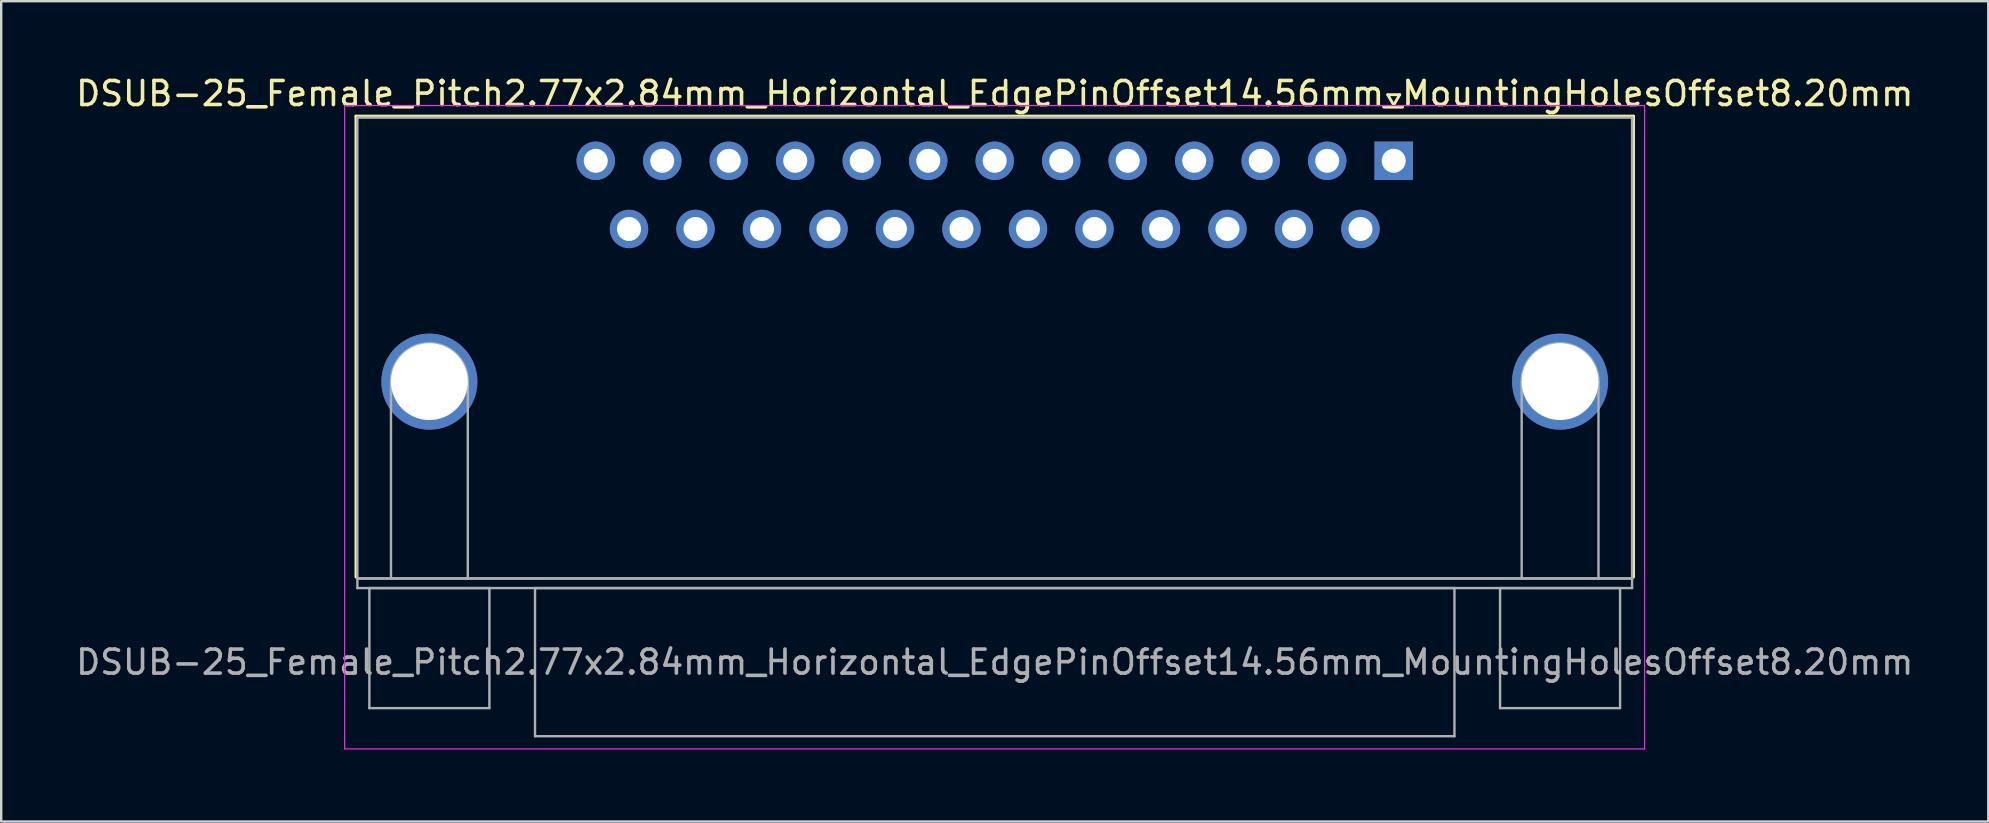
<source format=kicad_pcb>
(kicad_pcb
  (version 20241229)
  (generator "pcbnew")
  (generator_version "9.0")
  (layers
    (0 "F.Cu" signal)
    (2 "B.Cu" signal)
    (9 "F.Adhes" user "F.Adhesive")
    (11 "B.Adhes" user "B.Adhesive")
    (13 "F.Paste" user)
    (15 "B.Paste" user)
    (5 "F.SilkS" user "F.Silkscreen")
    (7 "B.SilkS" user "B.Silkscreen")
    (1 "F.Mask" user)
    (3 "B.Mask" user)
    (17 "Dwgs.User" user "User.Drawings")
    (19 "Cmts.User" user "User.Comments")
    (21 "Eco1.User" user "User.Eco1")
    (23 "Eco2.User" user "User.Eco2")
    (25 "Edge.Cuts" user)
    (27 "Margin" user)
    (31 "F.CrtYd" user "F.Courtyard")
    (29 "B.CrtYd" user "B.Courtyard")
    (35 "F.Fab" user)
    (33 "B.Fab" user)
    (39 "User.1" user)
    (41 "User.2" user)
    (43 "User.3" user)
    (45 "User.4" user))
  (footprint "DSUB-25_Female_Pitch2.77x2.84mm_Horizontal_EdgePinOffset14.56mm_MountingHolesOffset8.20mm"
    (layer "F.Cu")
    (at 55.007 3.648)
    (property "Reference" "DSUB-25_Female_Pitch2.77x2.84mm_Horizontal_EdgePinOffset14.56mm_MountingHolesOffset8.20mm" (at -16.62 -2.8 0) (layer "F.SilkS") (effects (font (size 1 1) (thickness 0.15))))
    (attr through_hole)
    (fp_line (start -43.23 -1.86) (end 9.99 -1.86) (stroke (width 0.12) (type solid)) (layer "F.SilkS"))
    (fp_line (start -43.23 17.34) (end -43.23 -1.86) (stroke (width 0.12) (type solid)) (layer "F.SilkS"))
    (fp_line (start -0.25 -2.754) (end 0.25 -2.754) (stroke (width 0.12) (type solid)) (layer "F.SilkS"))
    (fp_line (start 0 -2.321) (end -0.25 -2.754) (stroke (width 0.12) (type solid)) (layer "F.SilkS"))
    (fp_line (start 0.25 -2.754) (end 0 -2.321) (stroke (width 0.12) (type solid)) (layer "F.SilkS"))
    (fp_line (start 9.99 -1.86) (end 9.99 17.34) (stroke (width 0.12) (type solid)) (layer "F.SilkS"))
    (fp_line (start -43.7 -2.3) (end -43.7 24.5) (stroke (width 0.05) (type solid)) (layer "F.CrtYd"))
    (fp_line (start -43.7 24.5) (end 10.45 24.5) (stroke (width 0.05) (type solid)) (layer "F.CrtYd"))
    (fp_line (start 10.45 -2.3) (end -43.7 -2.3) (stroke (width 0.05) (type solid)) (layer "F.CrtYd"))
    (fp_line (start 10.45 24.5) (end 10.45 -2.3) (stroke (width 0.05) (type solid)) (layer "F.CrtYd"))
    (fp_line (start -43.17 -1.8) (end -43.17 17.4) (stroke (width 0.1) (type solid)) (layer "F.Fab"))
    (fp_line (start -43.17 17.4) (end -43.17 17.8) (stroke (width 0.1) (type solid)) (layer "F.Fab"))
    (fp_line (start -43.17 17.4) (end 9.93 17.4) (stroke (width 0.1) (type solid)) (layer "F.Fab"))
    (fp_line (start -43.17 17.8) (end 9.93 17.8) (stroke (width 0.1) (type solid)) (layer "F.Fab"))
    (fp_line (start -42.67 17.8) (end -42.67 22.8) (stroke (width 0.1) (type solid)) (layer "F.Fab"))
    (fp_line (start -42.67 22.8) (end -37.67 22.8) (stroke (width 0.1) (type solid)) (layer "F.Fab"))
    (fp_line (start -41.77 17.4) (end -41.77 9.2) (stroke (width 0.1) (type solid)) (layer "F.Fab"))
    (fp_line (start -38.57 17.4) (end -38.57 9.2) (stroke (width 0.1) (type solid)) (layer "F.Fab"))
    (fp_line (start -37.67 17.8) (end -42.67 17.8) (stroke (width 0.1) (type solid)) (layer "F.Fab"))
    (fp_line (start -37.67 22.8) (end -37.67 17.8) (stroke (width 0.1) (type solid)) (layer "F.Fab"))
    (fp_line (start -35.77 17.8) (end -35.77 23.97) (stroke (width 0.1) (type solid)) (layer "F.Fab"))
    (fp_line (start -35.77 23.97) (end 2.53 23.97) (stroke (width 0.1) (type solid)) (layer "F.Fab"))
    (fp_line (start 2.53 17.8) (end -35.77 17.8) (stroke (width 0.1) (type solid)) (layer "F.Fab"))
    (fp_line (start 2.53 23.97) (end 2.53 17.8) (stroke (width 0.1) (type solid)) (layer "F.Fab"))
    (fp_line (start 4.43 17.8) (end 4.43 22.8) (stroke (width 0.1) (type solid)) (layer "F.Fab"))
    (fp_line (start 4.43 22.8) (end 9.43 22.8) (stroke (width 0.1) (type solid)) (layer "F.Fab"))
    (fp_line (start 5.33 17.4) (end 5.33 9.2) (stroke (width 0.1) (type solid)) (layer "F.Fab"))
    (fp_line (start 8.53 17.4) (end 8.53 9.2) (stroke (width 0.1) (type solid)) (layer "F.Fab"))
    (fp_line (start 9.43 17.8) (end 4.43 17.8) (stroke (width 0.1) (type solid)) (layer "F.Fab"))
    (fp_line (start 9.43 22.8) (end 9.43 17.8) (stroke (width 0.1) (type solid)) (layer "F.Fab"))
    (fp_line (start 9.93 -1.8) (end -43.17 -1.8) (stroke (width 0.1) (type solid)) (layer "F.Fab"))
    (fp_line (start 9.93 17.4) (end -43.17 17.4) (stroke (width 0.1) (type solid)) (layer "F.Fab"))
    (fp_line (start 9.93 17.4) (end 9.93 -1.8) (stroke (width 0.1) (type solid)) (layer "F.Fab"))
    (fp_line (start 9.93 17.8) (end 9.93 17.4) (stroke (width 0.1) (type solid)) (layer "F.Fab"))
    (fp_arc (start -41.77 9.2) (mid -40.17 7.6) (end -38.57 9.2) (stroke (width 0.1) (type solid)) (layer "F.Fab"))
    (fp_arc (start 5.33 9.2) (mid 6.93 7.6) (end 8.53 9.2) (stroke (width 0.1) (type solid)) (layer "F.Fab"))
    (fp_text user "${REFERENCE}" (at -16.62 20.885 0) (layer "F.Fab") (effects (font (size 1 1) (thickness 0.15))))
    (pad "0" thru_hole circle (at -40.17 9.2) (size 4 4) (drill 3.2) (layers "*.Cu" "*.Mask"))
    (pad "0" thru_hole circle (at 6.93 9.2) (size 4 4) (drill 3.2) (layers "*.Cu" "*.Mask"))
    (pad "1" thru_hole rect (at 0 0) (size 1.6 1.6) (drill 1) (layers "*.Cu" "*.Mask"))
    (pad "2" thru_hole circle (at -2.77 0) (size 1.6 1.6) (drill 1) (layers "*.Cu" "*.Mask"))
    (pad "3" thru_hole circle (at -5.54 0) (size 1.6 1.6) (drill 1) (layers "*.Cu" "*.Mask"))
    (pad "4" thru_hole circle (at -8.31 0) (size 1.6 1.6) (drill 1) (layers "*.Cu" "*.Mask"))
    (pad "5" thru_hole circle (at -11.08 0) (size 1.6 1.6) (drill 1) (layers "*.Cu" "*.Mask"))
    (pad "6" thru_hole circle (at -13.85 0) (size 1.6 1.6) (drill 1) (layers "*.Cu" "*.Mask"))
    (pad "7" thru_hole circle (at -16.62 0) (size 1.6 1.6) (drill 1) (layers "*.Cu" "*.Mask"))
    (pad "8" thru_hole circle (at -19.39 0) (size 1.6 1.6) (drill 1) (layers "*.Cu" "*.Mask"))
    (pad "9" thru_hole circle (at -22.16 0) (size 1.6 1.6) (drill 1) (layers "*.Cu" "*.Mask"))
    (pad "10" thru_hole circle (at -24.93 0) (size 1.6 1.6) (drill 1) (layers "*.Cu" "*.Mask"))
    (pad "11" thru_hole circle (at -27.7 0) (size 1.6 1.6) (drill 1) (layers "*.Cu" "*.Mask"))
    (pad "12" thru_hole circle (at -30.47 0) (size 1.6 1.6) (drill 1) (layers "*.Cu" "*.Mask"))
    (pad "13" thru_hole circle (at -33.24 0) (size 1.6 1.6) (drill 1) (layers "*.Cu" "*.Mask"))
    (pad "14" thru_hole circle (at -1.385 2.84) (size 1.6 1.6) (drill 1) (layers "*.Cu" "*.Mask"))
    (pad "15" thru_hole circle (at -4.155 2.84) (size 1.6 1.6) (drill 1) (layers "*.Cu" "*.Mask"))
    (pad "16" thru_hole circle (at -6.925 2.84) (size 1.6 1.6) (drill 1) (layers "*.Cu" "*.Mask"))
    (pad "17" thru_hole circle (at -9.695 2.84) (size 1.6 1.6) (drill 1) (layers "*.Cu" "*.Mask"))
    (pad "18" thru_hole circle (at -12.465 2.84) (size 1.6 1.6) (drill 1) (layers "*.Cu" "*.Mask"))
    (pad "19" thru_hole circle (at -15.235 2.84) (size 1.6 1.6) (drill 1) (layers "*.Cu" "*.Mask"))
    (pad "20" thru_hole circle (at -18.005 2.84) (size 1.6 1.6) (drill 1) (layers "*.Cu" "*.Mask"))
    (pad "21" thru_hole circle (at -20.775 2.84) (size 1.6 1.6) (drill 1) (layers "*.Cu" "*.Mask"))
    (pad "22" thru_hole circle (at -23.545 2.84) (size 1.6 1.6) (drill 1) (layers "*.Cu" "*.Mask"))
    (pad "23" thru_hole circle (at -26.315 2.84) (size 1.6 1.6) (drill 1) (layers "*.Cu" "*.Mask"))
    (pad "24" thru_hole circle (at -29.085 2.84) (size 1.6 1.6) (drill 1) (layers "*.Cu" "*.Mask"))
    (pad "25" thru_hole circle (at -31.855 2.84) (size 1.6 1.6) (drill 1) (layers "*.Cu" "*.Mask")))
  (gr_rect
    (start -3 -3)
    (end 79.774 31.173)
    (stroke (width 0.1) (type default))
    (fill no)
    (layer "Edge.Cuts")))
</source>
